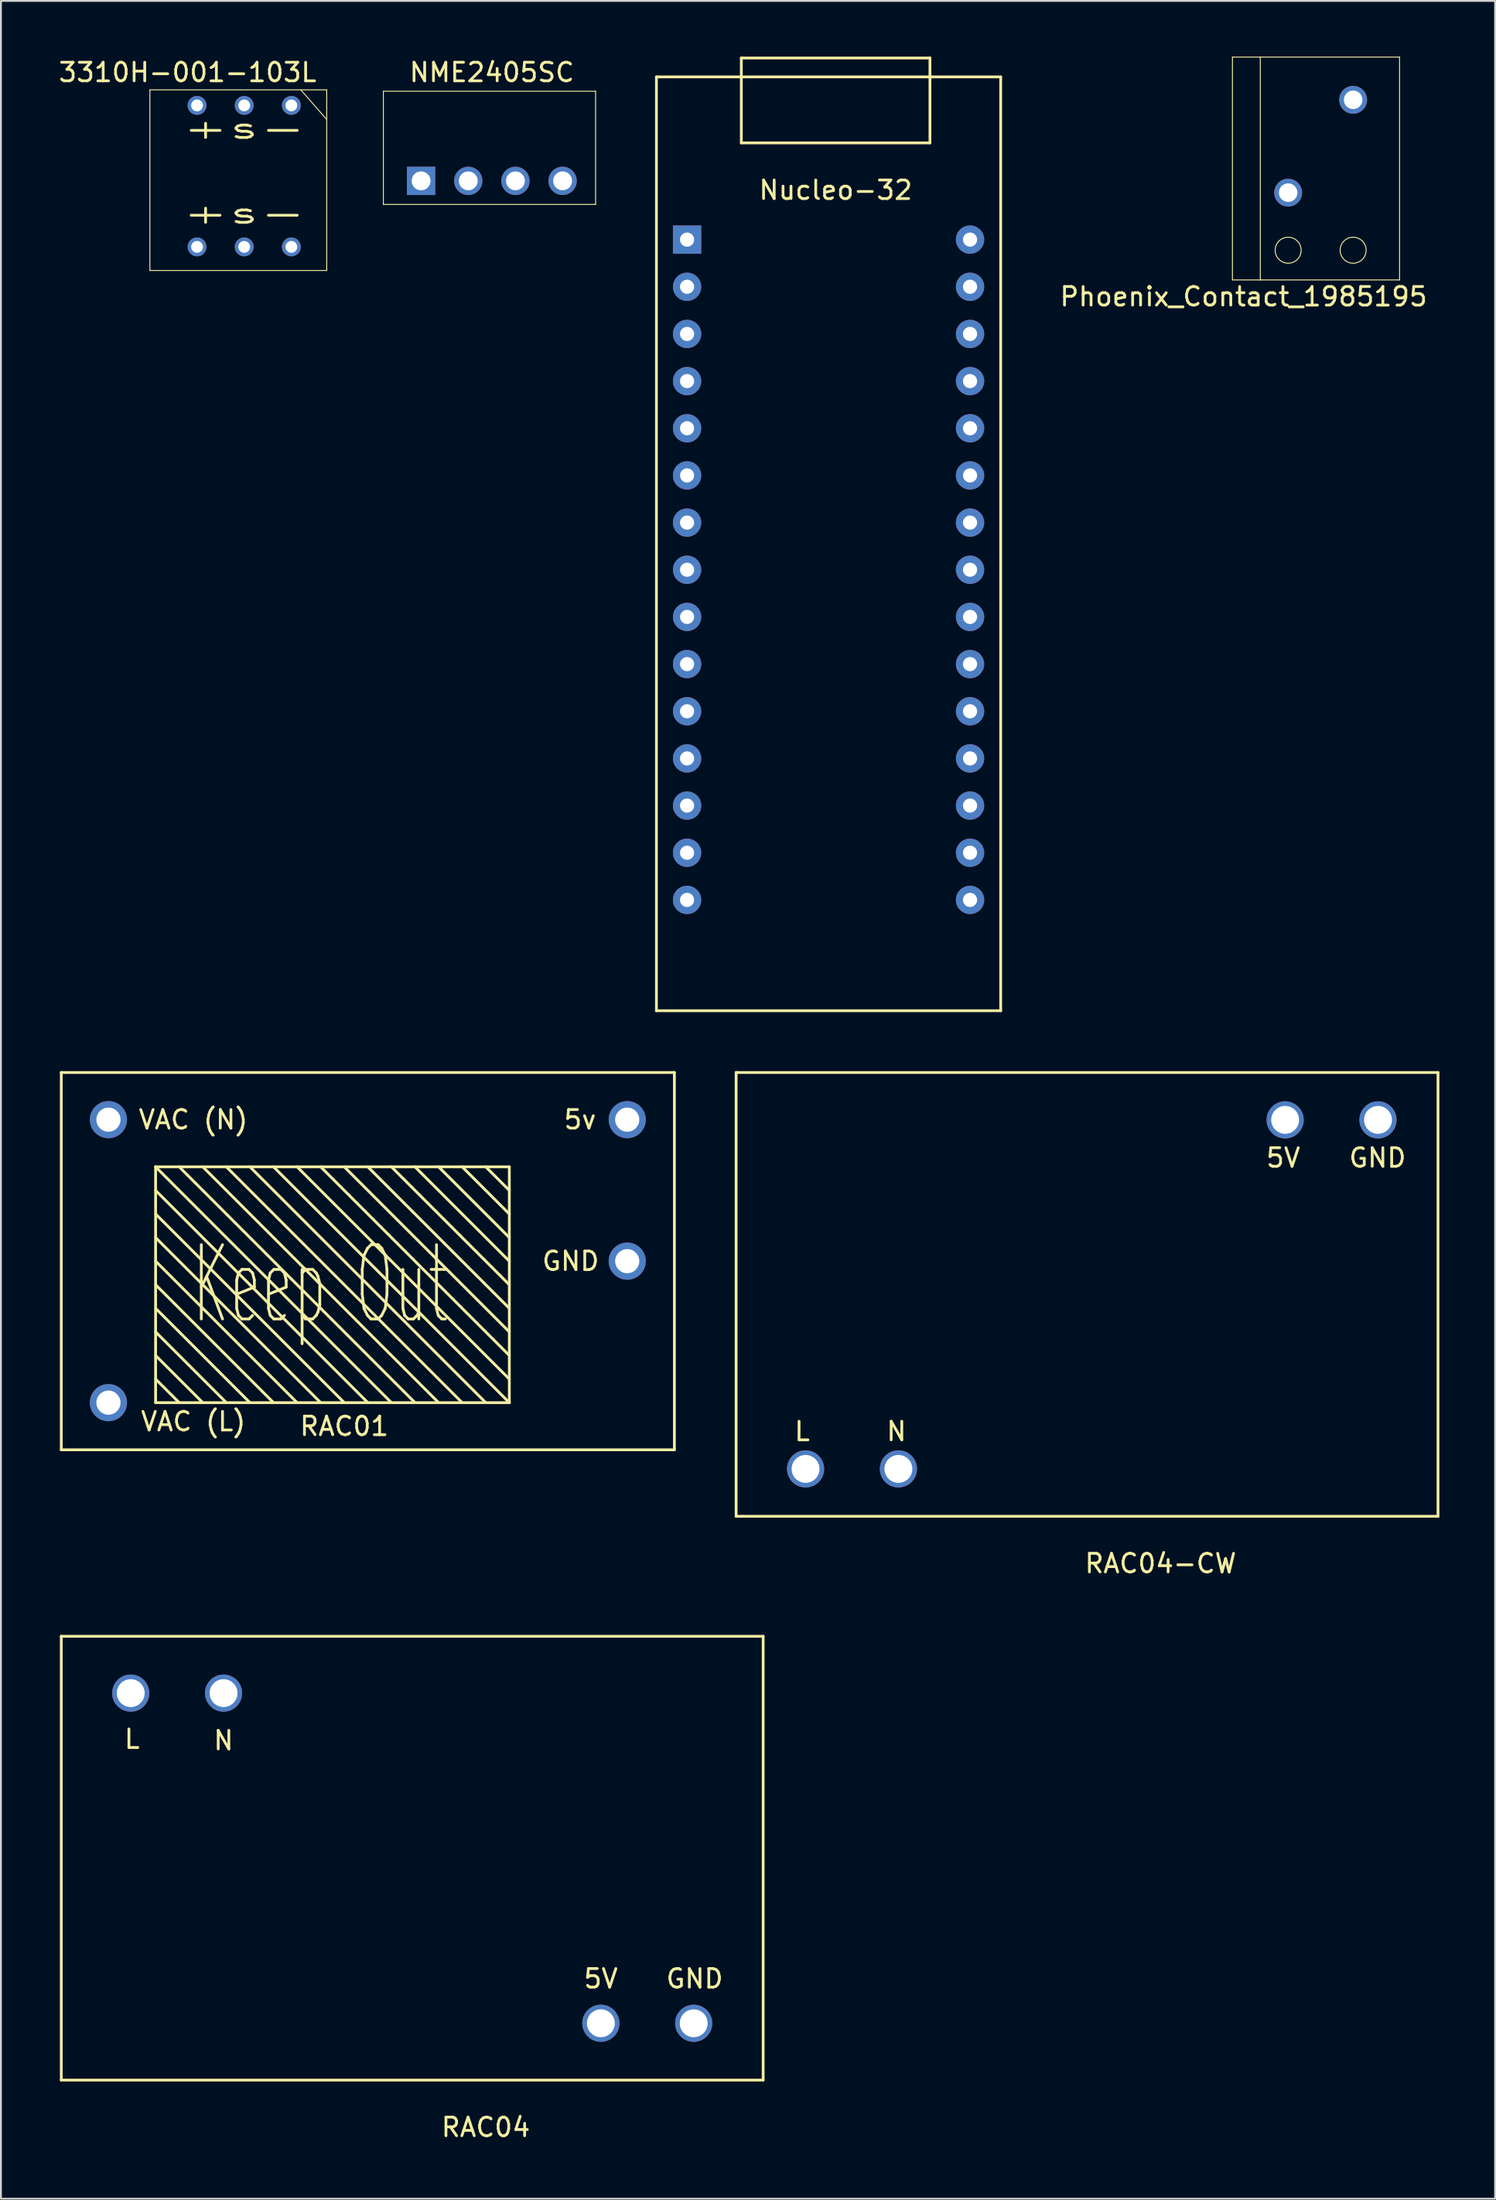
<source format=kicad_pcb>
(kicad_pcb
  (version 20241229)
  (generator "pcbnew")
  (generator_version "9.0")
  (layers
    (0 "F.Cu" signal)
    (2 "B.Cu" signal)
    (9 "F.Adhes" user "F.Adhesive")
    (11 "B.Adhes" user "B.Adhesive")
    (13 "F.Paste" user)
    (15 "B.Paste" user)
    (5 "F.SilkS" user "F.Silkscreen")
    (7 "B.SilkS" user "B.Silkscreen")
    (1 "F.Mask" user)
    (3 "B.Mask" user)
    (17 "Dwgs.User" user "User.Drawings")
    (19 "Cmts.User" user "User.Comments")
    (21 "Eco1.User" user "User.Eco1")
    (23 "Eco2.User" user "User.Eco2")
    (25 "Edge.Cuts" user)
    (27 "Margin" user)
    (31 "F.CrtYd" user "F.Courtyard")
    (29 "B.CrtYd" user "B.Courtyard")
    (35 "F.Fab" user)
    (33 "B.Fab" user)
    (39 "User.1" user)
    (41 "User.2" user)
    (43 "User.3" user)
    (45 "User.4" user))
  (footprint "RAC04-CW"
    (layer "F.Cu")
    (at 36.595 78.608)
    (property "Reference" "RAC04-CW" (at 22.86 2.54 0) (layer "F.SilkS") (effects (font (size 1 1) (thickness 0.15))))
    (attr through_hole)
    (fp_line (start 0 -23.9) (end 37.8 -23.9) (stroke (width 0.15) (type solid)) (layer "F.SilkS"))
    (fp_line (start 0 0) (end 0 -23.9) (stroke (width 0.15) (type solid)) (layer "F.SilkS"))
    (fp_line (start 37.8 -23.9) (end 37.8 0) (stroke (width 0.15) (type solid)) (layer "F.SilkS"))
    (fp_line (start 37.8 0) (end 0 0) (stroke (width 0.15) (type solid)) (layer "F.SilkS"))
    (fp_text user "L" (at 3.556 -4.572 0) (layer "F.SilkS") (effects (font (size 1 1) (thickness 0.15))))
    (fp_text user "GND" (at 34.544 -19.304 0) (layer "F.SilkS") (effects (font (size 1 1) (thickness 0.15))))
    (fp_text user "5V" (at 29.464 -19.304 0) (layer "F.SilkS") (effects (font (size 1 1) (thickness 0.15))))
    (fp_text user "N" (at 8.636 -4.572 0) (layer "F.SilkS") (effects (font (size 1 1) (thickness 0.15))))
    (pad "1" thru_hole circle (at 3.74 -2.552) (size 2 2) (drill 1.5) (layers "*.Cu" "*.Mask"))
    (pad "2" thru_hole circle (at 8.74 -2.552) (size 2 2) (drill 1.5) (layers "*.Cu" "*.Mask"))
    (pad "3" thru_hole circle (at 29.568 -21.348) (size 2 2) (drill 1.5) (layers "*.Cu" "*.Mask"))
    (pad "4" thru_hole circle (at 34.568 -21.348) (size 2 2) (drill 1.5) (layers "*.Cu" "*.Mask")))
  (footprint "3310H-001-103L"
    (layer "F.Cu")
    (at 10.102 6.436)
    (property "Reference" "3310H-001-103L" (at -3.048 -5.588 0) (layer "F.SilkS") (effects (font (size 1 1) (thickness 0.15))))
    (attr through_hole)
    (fp_line (start -5.08 -4.648) (end -5.08 5.08) (stroke (width 0.05) (type solid)) (layer "F.SilkS"))
    (fp_line (start -5.08 5.08) (end 4.445 5.08) (stroke (width 0.05) (type solid)) (layer "F.SilkS"))
    (fp_line (start 3.048 -4.648) (end 4.445 -3.048) (stroke (width 0.05) (type solid)) (layer "F.SilkS"))
    (fp_line (start 4.445 -4.648) (end -5.08 -4.648) (stroke (width 0.05) (type solid)) (layer "F.SilkS"))
    (fp_line (start 4.445 5.08) (end 4.445 -4.648) (stroke (width 0.05) (type solid)) (layer "F.SilkS"))
    (fp_text user "+s-" (at 0 2.032 0) (layer "F.SilkS") (effects (font (size 1 2.032) (thickness 0.15))))
    (fp_text user "+s-" (at 0 -2.54 0) (layer "F.SilkS") (effects (font (size 1 2.032) (thickness 0.15))))
    (pad "1" thru_hole circle (at -2.54 -3.81) (size 1.016 1.016) (drill 0.635) (layers "*.Cu" "*.Mask"))
    (pad "2" thru_hole circle (at 0 -3.81) (size 1.016 1.016) (drill 0.635) (layers "*.Cu" "*.Mask"))
    (pad "3" thru_hole circle (at 2.54 -3.81) (size 1.016 1.016) (drill 0.635) (layers "*.Cu" "*.Mask"))
    (pad "4" thru_hole circle (at -2.54 3.81) (size 1.016 1.016) (drill 0.635) (layers "*.Cu" "*.Mask"))
    (pad "5" thru_hole circle (at 0 3.81) (size 1.016 1.016) (drill 0.635) (layers "*.Cu" "*.Mask"))
    (pad "6" thru_hole circle (at 2.54 3.81) (size 1.016 1.016) (drill 0.635) (layers "*.Cu" "*.Mask")))
  (footprint "RAC04"
    (layer "F.Cu")
    (at 0.25 108.971)
    (property "Reference" "RAC04" (at 22.86 2.54 0) (layer "F.SilkS") (effects (font (size 1 1) (thickness 0.15))))
    (attr through_hole)
    (fp_line (start 0 -23.9) (end 37.8 -23.9) (stroke (width 0.15) (type solid)) (layer "F.SilkS"))
    (fp_line (start 0 0) (end 0 -23.9) (stroke (width 0.15) (type solid)) (layer "F.SilkS"))
    (fp_line (start 37.8 -23.9) (end 37.8 0) (stroke (width 0.15) (type solid)) (layer "F.SilkS"))
    (fp_line (start 37.8 0) (end 0 0) (stroke (width 0.15) (type solid)) (layer "F.SilkS"))
    (fp_text user "5V" (at 29.058 -5.461 0) (layer "F.SilkS") (effects (font (size 1 1) (thickness 0.15))))
    (fp_text user "L" (at 3.81 -18.364 0) (layer "F.SilkS") (effects (font (size 1 1) (thickness 0.15))))
    (fp_text user "N" (at 8.738 -18.288 0) (layer "F.SilkS") (effects (font (size 1 1) (thickness 0.15))))
    (fp_text user "GND" (at 34.112 -5.461 0) (layer "F.SilkS") (effects (font (size 1 1) (thickness 0.15))))
    (pad "1" thru_hole circle (at 3.74 -20.84) (size 2 2) (drill 1.5) (layers "*.Cu" "*.Mask"))
    (pad "2" thru_hole circle (at 8.74 -20.84) (size 2 2) (drill 1.5) (layers "*.Cu" "*.Mask"))
    (pad "3" thru_hole circle (at 29.06 -3.06) (size 2 2) (drill 1.5) (layers "*.Cu" "*.Mask"))
    (pad "4" thru_hole circle (at 34.06 -3.06) (size 2 2) (drill 1.5) (layers "*.Cu" "*.Mask")))
  (footprint "Phoenix_Contact_1985195"
    (layer "F.Cu")
    (at 66.325 7.325)
    (property "Reference" "Phoenix_Contact_1985195" (at -2.4 5.6 0) (layer "F.SilkS") (effects (font (size 1 1) (thickness 0.15))))
    (attr through_hole)
    (fp_line (start -3 -7.3) (end -1.5 -7.3) (stroke (width 0.05) (type solid)) (layer "F.SilkS"))
    (fp_line (start -3 4.7) (end -3 -7.3) (stroke (width 0.05) (type solid)) (layer "F.SilkS"))
    (fp_line (start -1.5 -7.3) (end -1.5 4.7) (stroke (width 0.05) (type solid)) (layer "F.SilkS"))
    (fp_line (start -1.5 4.7) (end -3 4.7) (stroke (width 0.05) (type solid)) (layer "F.SilkS"))
    (fp_line (start 6 -7.3) (end -1.5 -7.3) (stroke (width 0.05) (type solid)) (layer "F.SilkS"))
    (fp_line (start 6 -7.3) (end 6 4.7) (stroke (width 0.05) (type solid)) (layer "F.SilkS"))
    (fp_line (start 6 4.7) (end -1.5 4.7) (stroke (width 0.05) (type solid)) (layer "F.SilkS"))
    (fp_circle (center 0 3.1) (end 0.7 3.1) (stroke (width 0.05) (type solid)) (fill no) (layer "F.SilkS"))
    (fp_circle (center 3.5 3.1) (end 4.2 3.1) (stroke (width 0.05) (type solid)) (fill no) (layer "F.SilkS"))
    (pad "1" thru_hole circle (at 0 0) (size 1.5 1.5) (drill 1) (layers "*.Cu" "*.Mask"))
    (pad "2" thru_hole circle (at 3.5 -5) (size 1.5 1.5) (drill 1) (layers "*.Cu" "*.Mask")))
  (footprint "RAC01"
    (layer "F.Cu")
    (at 0.25 75.028)
    (property "Reference" "RAC01" (at 15.24 -1.27 0) (layer "F.SilkS") (effects (font (size 1 1) (thickness 0.15))))
    (attr through_hole)
    (fp_line (start 0 -20.32) (end 33.02 -20.32) (stroke (width 0.15) (type solid)) (layer "F.SilkS"))
    (fp_line (start 0 0) (end 0 -20.32) (stroke (width 0.15) (type solid)) (layer "F.SilkS"))
    (fp_line (start 5.08 -15.24) (end 5.08 -2.54) (stroke (width 0.15) (type solid)) (layer "F.SilkS"))
    (fp_line (start 5.08 -15.24) (end 17.78 -2.54) (stroke (width 0.15) (type solid)) (layer "F.SilkS"))
    (fp_line (start 5.08 -12.7) (end 15.24 -2.54) (stroke (width 0.15) (type solid)) (layer "F.SilkS"))
    (fp_line (start 5.08 -10.16) (end 12.7 -2.54) (stroke (width 0.15) (type solid)) (layer "F.SilkS"))
    (fp_line (start 5.08 -8.89) (end 11.43 -2.54) (stroke (width 0.15) (type solid)) (layer "F.SilkS"))
    (fp_line (start 5.08 -7.62) (end 10.16 -2.54) (stroke (width 0.15) (type solid)) (layer "F.SilkS"))
    (fp_line (start 5.08 -6.35) (end 8.89 -2.54) (stroke (width 0.15) (type solid)) (layer "F.SilkS"))
    (fp_line (start 5.08 -5.08) (end 7.62 -2.54) (stroke (width 0.15) (type solid)) (layer "F.SilkS"))
    (fp_line (start 5.08 -3.81) (end 6.35 -2.54) (stroke (width 0.15) (type solid)) (layer "F.SilkS"))
    (fp_line (start 5.08 -2.54) (end 24.13 -2.54) (stroke (width 0.15) (type solid)) (layer "F.SilkS"))
    (fp_line (start 7.62 -15.24) (end 20.32 -2.54) (stroke (width 0.15) (type solid)) (layer "F.SilkS"))
    (fp_line (start 10.16 -15.24) (end 22.86 -2.54) (stroke (width 0.15) (type solid)) (layer "F.SilkS"))
    (fp_line (start 12.7 -15.24) (end 24.13 -3.81) (stroke (width 0.15) (type solid)) (layer "F.SilkS"))
    (fp_line (start 13.97 -2.54) (end 5.08 -11.43) (stroke (width 0.15) (type solid)) (layer "F.SilkS"))
    (fp_line (start 15.24 -15.24) (end 24.13 -6.35) (stroke (width 0.15) (type solid)) (layer "F.SilkS"))
    (fp_line (start 16.51 -2.54) (end 5.08 -13.97) (stroke (width 0.15) (type solid)) (layer "F.SilkS"))
    (fp_line (start 17.78 -15.24) (end 24.13 -8.89) (stroke (width 0.15) (type solid)) (layer "F.SilkS"))
    (fp_line (start 19.05 -2.54) (end 6.35 -15.24) (stroke (width 0.15) (type solid)) (layer "F.SilkS"))
    (fp_line (start 20.32 -15.24) (end 24.13 -11.43) (stroke (width 0.15) (type solid)) (layer "F.SilkS"))
    (fp_line (start 21.59 -2.54) (end 8.89 -15.24) (stroke (width 0.15) (type solid)) (layer "F.SilkS"))
    (fp_line (start 22.86 -15.24) (end 24.13 -13.97) (stroke (width 0.15) (type solid)) (layer "F.SilkS"))
    (fp_line (start 24.13 -15.24) (end 5.08 -15.24) (stroke (width 0.15) (type solid)) (layer "F.SilkS"))
    (fp_line (start 24.13 -12.7) (end 21.59 -15.24) (stroke (width 0.15) (type solid)) (layer "F.SilkS"))
    (fp_line (start 24.13 -10.16) (end 19.05 -15.24) (stroke (width 0.15) (type solid)) (layer "F.SilkS"))
    (fp_line (start 24.13 -7.62) (end 16.51 -15.24) (stroke (width 0.15) (type solid)) (layer "F.SilkS"))
    (fp_line (start 24.13 -5.08) (end 13.97 -15.24) (stroke (width 0.15) (type solid)) (layer "F.SilkS"))
    (fp_line (start 24.13 -2.54) (end 11.43 -15.24) (stroke (width 0.15) (type solid)) (layer "F.SilkS"))
    (fp_line (start 24.13 -2.54) (end 24.13 -15.24) (stroke (width 0.15) (type solid)) (layer "F.SilkS"))
    (fp_line (start 33.02 -20.32) (end 33.02 0) (stroke (width 0.15) (type solid)) (layer "F.SilkS"))
    (fp_line (start 33.02 0) (end 0 0) (stroke (width 0.15) (type solid)) (layer "F.SilkS"))
    (fp_text user "5v" (at 27.94 -17.78 0) (layer "F.SilkS") (effects (font (size 1 1) (thickness 0.15))))
    (fp_text user "Keep Out" (at 13.97 -8.89 0) (layer "F.SilkS") (effects (font (size 4 2) (thickness 0.15))))
    (fp_text user "GND" (at 27.432 -10.16 0) (layer "F.SilkS") (effects (font (size 1 1) (thickness 0.15))))
    (fp_text user "VAC (N)" (at 7.112 -17.78 0) (layer "F.SilkS") (effects (font (size 1 1) (thickness 0.15))))
    (fp_text user "VAC (L)" (at 7.112 -1.524 0) (layer "F.SilkS") (effects (font (size 1 1) (thickness 0.15))))
    (pad "1" thru_hole circle (at 2.54 -17.78) (size 2 2) (drill 1.3) (layers "*.Cu" "*.Mask"))
    (pad "2" thru_hole circle (at 2.54 -2.54) (size 2 2) (drill 1.3) (layers "*.Cu" "*.Mask"))
    (pad "3" thru_hole circle (at 30.48 -10.16) (size 2 2) (drill 1.3) (layers "*.Cu" "*.Mask"))
    (pad "4" thru_hole circle (at 30.48 -17.78) (size 2 2) (drill 1.3) (layers "*.Cu" "*.Mask")))
  (footprint "NME2405SC"
    (layer "F.Cu")
    (at 23.439 6.69)
    (property "Reference" "NME2405SC" (at 0 -5.842 0) (layer "F.SilkS") (effects (font (size 1 1) (thickness 0.15))))
    (attr through_hole)
    (fp_line (start -5.842 -4.826) (end 5.588 -4.826) (stroke (width 0.05) (type solid)) (layer "F.SilkS"))
    (fp_line (start -5.842 1.27) (end -5.842 -4.826) (stroke (width 0.05) (type solid)) (layer "F.SilkS"))
    (fp_line (start 5.588 -4.826) (end 5.588 1.27) (stroke (width 0.05) (type solid)) (layer "F.SilkS"))
    (fp_line (start 5.588 1.27) (end -5.842 1.27) (stroke (width 0.05) (type solid)) (layer "F.SilkS"))
    (pad "1" thru_hole rect (at -3.81 0) (size 1.524 1.524) (drill 1.016) (layers "*.Cu" "*.Mask"))
    (pad "2" thru_hole circle (at -1.27 0) (size 1.524 1.524) (drill 1.016) (layers "*.Cu" "*.Mask"))
    (pad "3" thru_hole circle (at 1.27 0) (size 1.524 1.524) (drill 1.016) (layers "*.Cu" "*.Mask"))
    (pad "4" thru_hole circle (at 3.81 0) (size 1.524 1.524) (drill 1.016) (layers "*.Cu" "*.Mask")))
  (footprint "Nucleo-32"
    (layer "F.Cu")
    (at 32.302 51.383)
    (property "Reference" "Nucleo-32" (at 9.652 -44.196 0) (layer "F.SilkS") (effects (font (size 1 1) (thickness 0.15))))
    (attr through_hole)
    (fp_line (start 0 -50.292) (end 18.542 -50.292) (stroke (width 0.15) (type solid)) (layer "F.SilkS"))
    (fp_line (start 0 0) (end 0 -50.292) (stroke (width 0.15) (type solid)) (layer "F.SilkS"))
    (fp_line (start 4.572 -51.308) (end 14.732 -51.308) (stroke (width 0.15) (type solid)) (layer "F.SilkS"))
    (fp_line (start 4.572 -46.736) (end 4.572 -51.308) (stroke (width 0.15) (type solid)) (layer "F.SilkS"))
    (fp_line (start 14.732 -51.308) (end 14.732 -46.736) (stroke (width 0.15) (type solid)) (layer "F.SilkS"))
    (fp_line (start 14.732 -46.736) (end 4.572 -46.736) (stroke (width 0.15) (type solid)) (layer "F.SilkS"))
    (fp_line (start 18.542 -50.292) (end 18.542 0) (stroke (width 0.15) (type solid)) (layer "F.SilkS"))
    (fp_line (start 18.542 0) (end 0 0) (stroke (width 0.15) (type solid)) (layer "F.SilkS"))
    (pad "0" thru_hole rect (at 1.651 -41.529) (size 1.524 1.524) (drill 0.762) (layers "*.Cu" "*.Mask"))
    (pad "1" thru_hole circle (at 1.651 -38.989) (size 1.524 1.524) (drill 0.762) (layers "*.Cu" "*.Mask"))
    (pad "2" thru_hole circle (at 1.651 -36.449) (size 1.524 1.524) (drill 0.762) (layers "*.Cu" "*.Mask"))
    (pad "3" thru_hole circle (at 1.651 -33.909) (size 1.524 1.524) (drill 0.762) (layers "*.Cu" "*.Mask"))
    (pad "4" thru_hole circle (at 1.651 -31.369) (size 1.524 1.524) (drill 0.762) (layers "*.Cu" "*.Mask"))
    (pad "5" thru_hole circle (at 1.651 -28.829) (size 1.524 1.524) (drill 0.762) (layers "*.Cu" "*.Mask"))
    (pad "6" thru_hole circle (at 1.651 -26.289) (size 1.524 1.524) (drill 0.762) (layers "*.Cu" "*.Mask"))
    (pad "7" thru_hole circle (at 1.651 -23.749) (size 1.524 1.524) (drill 0.762) (layers "*.Cu" "*.Mask"))
    (pad "8" thru_hole circle (at 1.651 -21.209) (size 1.524 1.524) (drill 0.762) (layers "*.Cu" "*.Mask"))
    (pad "9" thru_hole circle (at 1.651 -18.669) (size 1.524 1.524) (drill 0.762) (layers "*.Cu" "*.Mask"))
    (pad "10" thru_hole circle (at 1.651 -16.129) (size 1.524 1.524) (drill 0.762) (layers "*.Cu" "*.Mask"))
    (pad "11" thru_hole circle (at 1.651 -13.589) (size 1.524 1.524) (drill 0.762) (layers "*.Cu" "*.Mask"))
    (pad "12" thru_hole circle (at 1.651 -11.049) (size 1.524 1.524) (drill 0.762) (layers "*.Cu" "*.Mask"))
    (pad "13" thru_hole circle (at 1.651 -8.509) (size 1.524 1.524) (drill 0.762) (layers "*.Cu" "*.Mask"))
    (pad "14" thru_hole circle (at 1.651 -5.969) (size 1.524 1.524) (drill 0.762) (layers "*.Cu" "*.Mask"))
    (pad "15" thru_hole circle (at 16.891 -5.969) (size 1.524 1.524) (drill 0.762) (layers "*.Cu" "*.Mask"))
    (pad "16" thru_hole circle (at 16.891 -8.509) (size 1.524 1.524) (drill 0.762) (layers "*.Cu" "*.Mask"))
    (pad "17" thru_hole circle (at 16.891 -11.049) (size 1.524 1.524) (drill 0.762) (layers "*.Cu" "*.Mask"))
    (pad "18" thru_hole circle (at 16.891 -13.589) (size 1.524 1.524) (drill 0.762) (layers "*.Cu" "*.Mask"))
    (pad "19" thru_hole circle (at 16.891 -16.129) (size 1.524 1.524) (drill 0.762) (layers "*.Cu" "*.Mask"))
    (pad "20" thru_hole circle (at 16.891 -18.669) (size 1.524 1.524) (drill 0.762) (layers "*.Cu" "*.Mask"))
    (pad "21" thru_hole circle (at 16.891 -21.209) (size 1.524 1.524) (drill 0.762) (layers "*.Cu" "*.Mask"))
    (pad "22" thru_hole circle (at 16.891 -23.749) (size 1.524 1.524) (drill 0.762) (layers "*.Cu" "*.Mask"))
    (pad "23" thru_hole circle (at 16.891 -26.289) (size 1.524 1.524) (drill 0.762) (layers "*.Cu" "*.Mask"))
    (pad "24" thru_hole circle (at 16.891 -28.829) (size 1.524 1.524) (drill 0.762) (layers "*.Cu" "*.Mask"))
    (pad "25" thru_hole circle (at 16.891 -31.369) (size 1.524 1.524) (drill 0.762) (layers "*.Cu" "*.Mask"))
    (pad "26" thru_hole circle (at 16.891 -33.909) (size 1.524 1.524) (drill 0.762) (layers "*.Cu" "*.Mask"))
    (pad "27" thru_hole circle (at 16.891 -36.449) (size 1.524 1.524) (drill 0.762) (layers "*.Cu" "*.Mask"))
    (pad "28" thru_hole circle (at 16.891 -38.989) (size 1.524 1.524) (drill 0.762) (layers "*.Cu" "*.Mask"))
    (pad "29" thru_hole circle (at 16.891 -41.529) (size 1.524 1.524) (drill 0.762) (layers "*.Cu" "*.Mask")))
  (gr_rect
    (start -3 -3)
    (end 77.47 115.359)
    (stroke (width 0.1) (type default))
    (fill no)
    (layer "Edge.Cuts")))
</source>
